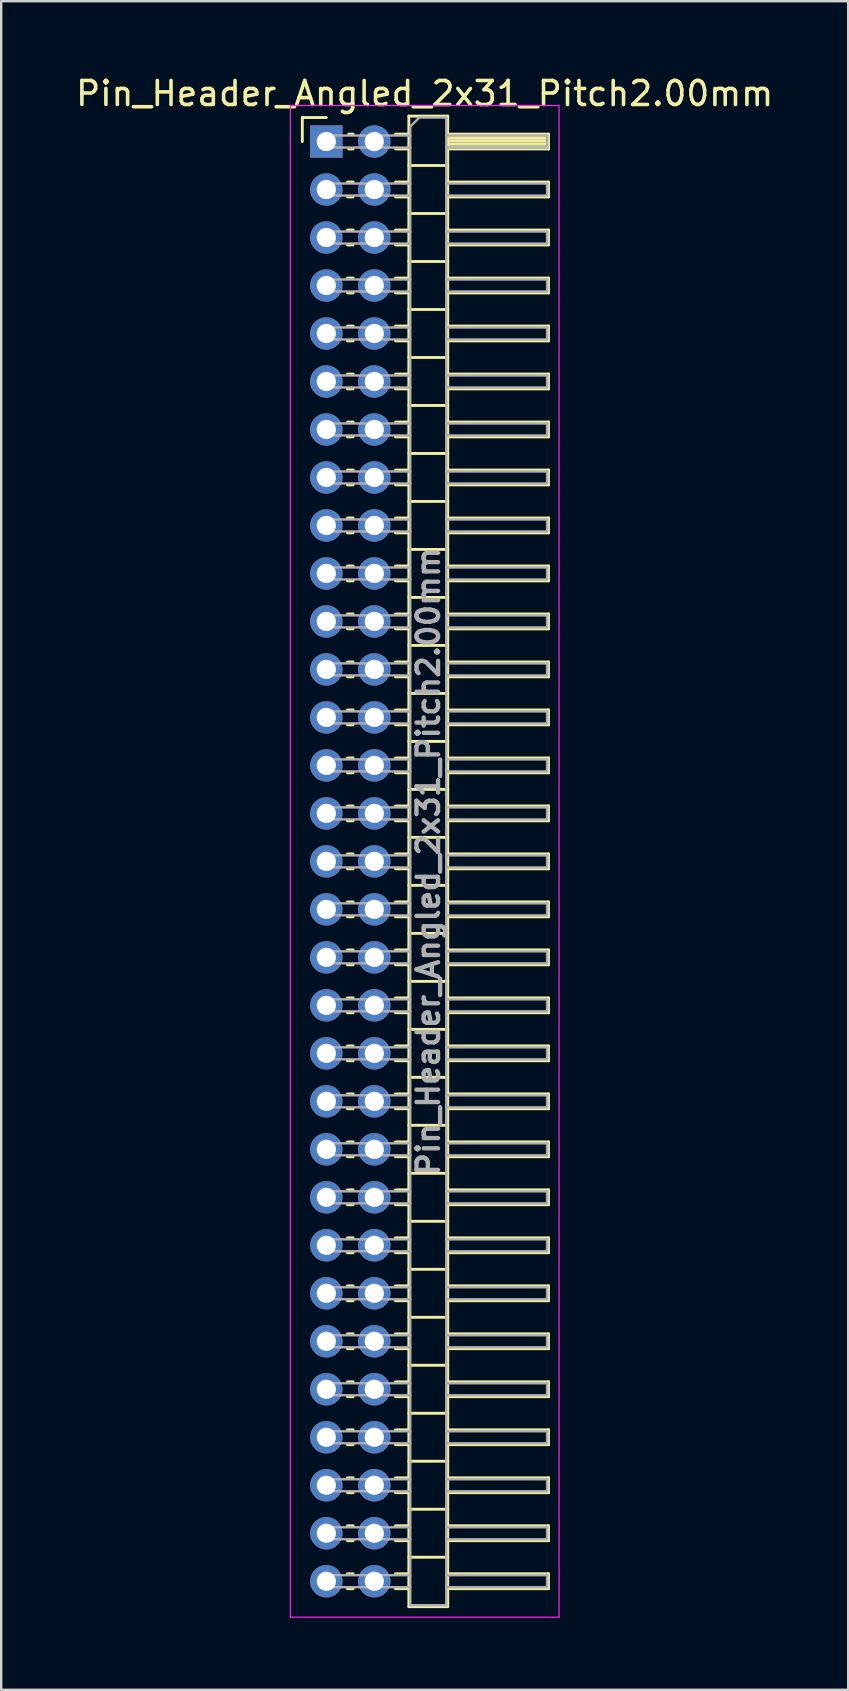
<source format=kicad_pcb>
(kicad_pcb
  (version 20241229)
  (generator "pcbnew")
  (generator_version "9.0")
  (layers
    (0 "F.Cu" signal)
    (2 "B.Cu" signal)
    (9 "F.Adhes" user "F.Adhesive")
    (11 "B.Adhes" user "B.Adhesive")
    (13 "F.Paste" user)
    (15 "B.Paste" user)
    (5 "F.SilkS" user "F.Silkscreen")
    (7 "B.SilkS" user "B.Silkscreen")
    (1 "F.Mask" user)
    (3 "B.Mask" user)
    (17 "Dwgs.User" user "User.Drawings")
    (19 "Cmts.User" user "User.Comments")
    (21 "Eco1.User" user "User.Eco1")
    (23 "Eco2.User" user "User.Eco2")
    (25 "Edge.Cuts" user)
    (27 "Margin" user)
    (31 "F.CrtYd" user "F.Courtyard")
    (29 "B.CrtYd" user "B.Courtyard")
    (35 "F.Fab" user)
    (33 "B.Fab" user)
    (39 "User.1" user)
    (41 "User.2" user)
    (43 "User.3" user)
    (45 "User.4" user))
  (footprint "Pin_Header_Angled_2x31_Pitch2.00mm"
    (layer "F.Cu")
    (at 10.549 2.848)
    (property "Reference" "Pin_Header_Angled_2x31_Pitch2.00mm" (at 4.1 -2 0) (layer "F.SilkS") (effects (font (size 1 1) (thickness 0.15))))
    (attr through_hole)
    (fp_line (start -1 -1) (end 0 -1) (stroke (width 0.12) (type solid)) (layer "F.SilkS"))
    (fp_line (start -1 0) (end -1 -1) (stroke (width 0.12) (type solid)) (layer "F.SilkS"))
    (fp_line (start 0.882 1.69) (end 1.118 1.69) (stroke (width 0.12) (type solid)) (layer "F.SilkS"))
    (fp_line (start 0.882 2.31) (end 1.118 2.31) (stroke (width 0.12) (type solid)) (layer "F.SilkS"))
    (fp_line (start 0.882 3.69) (end 1.118 3.69) (stroke (width 0.12) (type solid)) (layer "F.SilkS"))
    (fp_line (start 0.882 4.31) (end 1.118 4.31) (stroke (width 0.12) (type solid)) (layer "F.SilkS"))
    (fp_line (start 0.882 5.69) (end 1.118 5.69) (stroke (width 0.12) (type solid)) (layer "F.SilkS"))
    (fp_line (start 0.882 6.31) (end 1.118 6.31) (stroke (width 0.12) (type solid)) (layer "F.SilkS"))
    (fp_line (start 0.882 7.69) (end 1.118 7.69) (stroke (width 0.12) (type solid)) (layer "F.SilkS"))
    (fp_line (start 0.882 8.31) (end 1.118 8.31) (stroke (width 0.12) (type solid)) (layer "F.SilkS"))
    (fp_line (start 0.882 9.69) (end 1.118 9.69) (stroke (width 0.12) (type solid)) (layer "F.SilkS"))
    (fp_line (start 0.882 10.31) (end 1.118 10.31) (stroke (width 0.12) (type solid)) (layer "F.SilkS"))
    (fp_line (start 0.882 11.69) (end 1.118 11.69) (stroke (width 0.12) (type solid)) (layer "F.SilkS"))
    (fp_line (start 0.882 12.31) (end 1.118 12.31) (stroke (width 0.12) (type solid)) (layer "F.SilkS"))
    (fp_line (start 0.882 13.69) (end 1.118 13.69) (stroke (width 0.12) (type solid)) (layer "F.SilkS"))
    (fp_line (start 0.882 14.31) (end 1.118 14.31) (stroke (width 0.12) (type solid)) (layer "F.SilkS"))
    (fp_line (start 0.882 15.69) (end 1.118 15.69) (stroke (width 0.12) (type solid)) (layer "F.SilkS"))
    (fp_line (start 0.882 16.31) (end 1.118 16.31) (stroke (width 0.12) (type solid)) (layer "F.SilkS"))
    (fp_line (start 0.882 17.69) (end 1.118 17.69) (stroke (width 0.12) (type solid)) (layer "F.SilkS"))
    (fp_line (start 0.882 18.31) (end 1.118 18.31) (stroke (width 0.12) (type solid)) (layer "F.SilkS"))
    (fp_line (start 0.882 19.69) (end 1.118 19.69) (stroke (width 0.12) (type solid)) (layer "F.SilkS"))
    (fp_line (start 0.882 20.31) (end 1.118 20.31) (stroke (width 0.12) (type solid)) (layer "F.SilkS"))
    (fp_line (start 0.882 21.69) (end 1.118 21.69) (stroke (width 0.12) (type solid)) (layer "F.SilkS"))
    (fp_line (start 0.882 22.31) (end 1.118 22.31) (stroke (width 0.12) (type solid)) (layer "F.SilkS"))
    (fp_line (start 0.882 23.69) (end 1.118 23.69) (stroke (width 0.12) (type solid)) (layer "F.SilkS"))
    (fp_line (start 0.882 24.31) (end 1.118 24.31) (stroke (width 0.12) (type solid)) (layer "F.SilkS"))
    (fp_line (start 0.882 25.69) (end 1.118 25.69) (stroke (width 0.12) (type solid)) (layer "F.SilkS"))
    (fp_line (start 0.882 26.31) (end 1.118 26.31) (stroke (width 0.12) (type solid)) (layer "F.SilkS"))
    (fp_line (start 0.882 27.69) (end 1.118 27.69) (stroke (width 0.12) (type solid)) (layer "F.SilkS"))
    (fp_line (start 0.882 28.31) (end 1.118 28.31) (stroke (width 0.12) (type solid)) (layer "F.SilkS"))
    (fp_line (start 0.882 29.69) (end 1.118 29.69) (stroke (width 0.12) (type solid)) (layer "F.SilkS"))
    (fp_line (start 0.882 30.31) (end 1.118 30.31) (stroke (width 0.12) (type solid)) (layer "F.SilkS"))
    (fp_line (start 0.882 31.69) (end 1.118 31.69) (stroke (width 0.12) (type solid)) (layer "F.SilkS"))
    (fp_line (start 0.882 32.31) (end 1.118 32.31) (stroke (width 0.12) (type solid)) (layer "F.SilkS"))
    (fp_line (start 0.882 33.69) (end 1.118 33.69) (stroke (width 0.12) (type solid)) (layer "F.SilkS"))
    (fp_line (start 0.882 34.31) (end 1.118 34.31) (stroke (width 0.12) (type solid)) (layer "F.SilkS"))
    (fp_line (start 0.882 35.69) (end 1.118 35.69) (stroke (width 0.12) (type solid)) (layer "F.SilkS"))
    (fp_line (start 0.882 36.31) (end 1.118 36.31) (stroke (width 0.12) (type solid)) (layer "F.SilkS"))
    (fp_line (start 0.882 37.69) (end 1.118 37.69) (stroke (width 0.12) (type solid)) (layer "F.SilkS"))
    (fp_line (start 0.882 38.31) (end 1.118 38.31) (stroke (width 0.12) (type solid)) (layer "F.SilkS"))
    (fp_line (start 0.882 39.69) (end 1.118 39.69) (stroke (width 0.12) (type solid)) (layer "F.SilkS"))
    (fp_line (start 0.882 40.31) (end 1.118 40.31) (stroke (width 0.12) (type solid)) (layer "F.SilkS"))
    (fp_line (start 0.882 41.69) (end 1.118 41.69) (stroke (width 0.12) (type solid)) (layer "F.SilkS"))
    (fp_line (start 0.882 42.31) (end 1.118 42.31) (stroke (width 0.12) (type solid)) (layer "F.SilkS"))
    (fp_line (start 0.882 43.69) (end 1.118 43.69) (stroke (width 0.12) (type solid)) (layer "F.SilkS"))
    (fp_line (start 0.882 44.31) (end 1.118 44.31) (stroke (width 0.12) (type solid)) (layer "F.SilkS"))
    (fp_line (start 0.882 45.69) (end 1.118 45.69) (stroke (width 0.12) (type solid)) (layer "F.SilkS"))
    (fp_line (start 0.882 46.31) (end 1.118 46.31) (stroke (width 0.12) (type solid)) (layer "F.SilkS"))
    (fp_line (start 0.882 47.69) (end 1.118 47.69) (stroke (width 0.12) (type solid)) (layer "F.SilkS"))
    (fp_line (start 0.882 48.31) (end 1.118 48.31) (stroke (width 0.12) (type solid)) (layer "F.SilkS"))
    (fp_line (start 0.882 49.69) (end 1.118 49.69) (stroke (width 0.12) (type solid)) (layer "F.SilkS"))
    (fp_line (start 0.882 50.31) (end 1.118 50.31) (stroke (width 0.12) (type solid)) (layer "F.SilkS"))
    (fp_line (start 0.882 51.69) (end 1.118 51.69) (stroke (width 0.12) (type solid)) (layer "F.SilkS"))
    (fp_line (start 0.882 52.31) (end 1.118 52.31) (stroke (width 0.12) (type solid)) (layer "F.SilkS"))
    (fp_line (start 0.882 53.69) (end 1.118 53.69) (stroke (width 0.12) (type solid)) (layer "F.SilkS"))
    (fp_line (start 0.882 54.31) (end 1.118 54.31) (stroke (width 0.12) (type solid)) (layer "F.SilkS"))
    (fp_line (start 0.882 55.69) (end 1.118 55.69) (stroke (width 0.12) (type solid)) (layer "F.SilkS"))
    (fp_line (start 0.882 56.31) (end 1.118 56.31) (stroke (width 0.12) (type solid)) (layer "F.SilkS"))
    (fp_line (start 0.882 57.69) (end 1.118 57.69) (stroke (width 0.12) (type solid)) (layer "F.SilkS"))
    (fp_line (start 0.882 58.31) (end 1.118 58.31) (stroke (width 0.12) (type solid)) (layer "F.SilkS"))
    (fp_line (start 0.882 59.69) (end 1.118 59.69) (stroke (width 0.12) (type solid)) (layer "F.SilkS"))
    (fp_line (start 0.882 60.31) (end 1.118 60.31) (stroke (width 0.12) (type solid)) (layer "F.SilkS"))
    (fp_line (start 0.935 -0.31) (end 1.118 -0.31) (stroke (width 0.12) (type solid)) (layer "F.SilkS"))
    (fp_line (start 0.935 0.31) (end 1.118 0.31) (stroke (width 0.12) (type solid)) (layer "F.SilkS"))
    (fp_line (start 2.882 -0.31) (end 3.44 -0.31) (stroke (width 0.12) (type solid)) (layer "F.SilkS"))
    (fp_line (start 2.882 0.31) (end 3.44 0.31) (stroke (width 0.12) (type solid)) (layer "F.SilkS"))
    (fp_line (start 2.882 1.69) (end 3.44 1.69) (stroke (width 0.12) (type solid)) (layer "F.SilkS"))
    (fp_line (start 2.882 2.31) (end 3.44 2.31) (stroke (width 0.12) (type solid)) (layer "F.SilkS"))
    (fp_line (start 2.882 3.69) (end 3.44 3.69) (stroke (width 0.12) (type solid)) (layer "F.SilkS"))
    (fp_line (start 2.882 4.31) (end 3.44 4.31) (stroke (width 0.12) (type solid)) (layer "F.SilkS"))
    (fp_line (start 2.882 5.69) (end 3.44 5.69) (stroke (width 0.12) (type solid)) (layer "F.SilkS"))
    (fp_line (start 2.882 6.31) (end 3.44 6.31) (stroke (width 0.12) (type solid)) (layer "F.SilkS"))
    (fp_line (start 2.882 7.69) (end 3.44 7.69) (stroke (width 0.12) (type solid)) (layer "F.SilkS"))
    (fp_line (start 2.882 8.31) (end 3.44 8.31) (stroke (width 0.12) (type solid)) (layer "F.SilkS"))
    (fp_line (start 2.882 9.69) (end 3.44 9.69) (stroke (width 0.12) (type solid)) (layer "F.SilkS"))
    (fp_line (start 2.882 10.31) (end 3.44 10.31) (stroke (width 0.12) (type solid)) (layer "F.SilkS"))
    (fp_line (start 2.882 11.69) (end 3.44 11.69) (stroke (width 0.12) (type solid)) (layer "F.SilkS"))
    (fp_line (start 2.882 12.31) (end 3.44 12.31) (stroke (width 0.12) (type solid)) (layer "F.SilkS"))
    (fp_line (start 2.882 13.69) (end 3.44 13.69) (stroke (width 0.12) (type solid)) (layer "F.SilkS"))
    (fp_line (start 2.882 14.31) (end 3.44 14.31) (stroke (width 0.12) (type solid)) (layer "F.SilkS"))
    (fp_line (start 2.882 15.69) (end 3.44 15.69) (stroke (width 0.12) (type solid)) (layer "F.SilkS"))
    (fp_line (start 2.882 16.31) (end 3.44 16.31) (stroke (width 0.12) (type solid)) (layer "F.SilkS"))
    (fp_line (start 2.882 17.69) (end 3.44 17.69) (stroke (width 0.12) (type solid)) (layer "F.SilkS"))
    (fp_line (start 2.882 18.31) (end 3.44 18.31) (stroke (width 0.12) (type solid)) (layer "F.SilkS"))
    (fp_line (start 2.882 19.69) (end 3.44 19.69) (stroke (width 0.12) (type solid)) (layer "F.SilkS"))
    (fp_line (start 2.882 20.31) (end 3.44 20.31) (stroke (width 0.12) (type solid)) (layer "F.SilkS"))
    (fp_line (start 2.882 21.69) (end 3.44 21.69) (stroke (width 0.12) (type solid)) (layer "F.SilkS"))
    (fp_line (start 2.882 22.31) (end 3.44 22.31) (stroke (width 0.12) (type solid)) (layer "F.SilkS"))
    (fp_line (start 2.882 23.69) (end 3.44 23.69) (stroke (width 0.12) (type solid)) (layer "F.SilkS"))
    (fp_line (start 2.882 24.31) (end 3.44 24.31) (stroke (width 0.12) (type solid)) (layer "F.SilkS"))
    (fp_line (start 2.882 25.69) (end 3.44 25.69) (stroke (width 0.12) (type solid)) (layer "F.SilkS"))
    (fp_line (start 2.882 26.31) (end 3.44 26.31) (stroke (width 0.12) (type solid)) (layer "F.SilkS"))
    (fp_line (start 2.882 27.69) (end 3.44 27.69) (stroke (width 0.12) (type solid)) (layer "F.SilkS"))
    (fp_line (start 2.882 28.31) (end 3.44 28.31) (stroke (width 0.12) (type solid)) (layer "F.SilkS"))
    (fp_line (start 2.882 29.69) (end 3.44 29.69) (stroke (width 0.12) (type solid)) (layer "F.SilkS"))
    (fp_line (start 2.882 30.31) (end 3.44 30.31) (stroke (width 0.12) (type solid)) (layer "F.SilkS"))
    (fp_line (start 2.882 31.69) (end 3.44 31.69) (stroke (width 0.12) (type solid)) (layer "F.SilkS"))
    (fp_line (start 2.882 32.31) (end 3.44 32.31) (stroke (width 0.12) (type solid)) (layer "F.SilkS"))
    (fp_line (start 2.882 33.69) (end 3.44 33.69) (stroke (width 0.12) (type solid)) (layer "F.SilkS"))
    (fp_line (start 2.882 34.31) (end 3.44 34.31) (stroke (width 0.12) (type solid)) (layer "F.SilkS"))
    (fp_line (start 2.882 35.69) (end 3.44 35.69) (stroke (width 0.12) (type solid)) (layer "F.SilkS"))
    (fp_line (start 2.882 36.31) (end 3.44 36.31) (stroke (width 0.12) (type solid)) (layer "F.SilkS"))
    (fp_line (start 2.882 37.69) (end 3.44 37.69) (stroke (width 0.12) (type solid)) (layer "F.SilkS"))
    (fp_line (start 2.882 38.31) (end 3.44 38.31) (stroke (width 0.12) (type solid)) (layer "F.SilkS"))
    (fp_line (start 2.882 39.69) (end 3.44 39.69) (stroke (width 0.12) (type solid)) (layer "F.SilkS"))
    (fp_line (start 2.882 40.31) (end 3.44 40.31) (stroke (width 0.12) (type solid)) (layer "F.SilkS"))
    (fp_line (start 2.882 41.69) (end 3.44 41.69) (stroke (width 0.12) (type solid)) (layer "F.SilkS"))
    (fp_line (start 2.882 42.31) (end 3.44 42.31) (stroke (width 0.12) (type solid)) (layer "F.SilkS"))
    (fp_line (start 2.882 43.69) (end 3.44 43.69) (stroke (width 0.12) (type solid)) (layer "F.SilkS"))
    (fp_line (start 2.882 44.31) (end 3.44 44.31) (stroke (width 0.12) (type solid)) (layer "F.SilkS"))
    (fp_line (start 2.882 45.69) (end 3.44 45.69) (stroke (width 0.12) (type solid)) (layer "F.SilkS"))
    (fp_line (start 2.882 46.31) (end 3.44 46.31) (stroke (width 0.12) (type solid)) (layer "F.SilkS"))
    (fp_line (start 2.882 47.69) (end 3.44 47.69) (stroke (width 0.12) (type solid)) (layer "F.SilkS"))
    (fp_line (start 2.882 48.31) (end 3.44 48.31) (stroke (width 0.12) (type solid)) (layer "F.SilkS"))
    (fp_line (start 2.882 49.69) (end 3.44 49.69) (stroke (width 0.12) (type solid)) (layer "F.SilkS"))
    (fp_line (start 2.882 50.31) (end 3.44 50.31) (stroke (width 0.12) (type solid)) (layer "F.SilkS"))
    (fp_line (start 2.882 51.69) (end 3.44 51.69) (stroke (width 0.12) (type solid)) (layer "F.SilkS"))
    (fp_line (start 2.882 52.31) (end 3.44 52.31) (stroke (width 0.12) (type solid)) (layer "F.SilkS"))
    (fp_line (start 2.882 53.69) (end 3.44 53.69) (stroke (width 0.12) (type solid)) (layer "F.SilkS"))
    (fp_line (start 2.882 54.31) (end 3.44 54.31) (stroke (width 0.12) (type solid)) (layer "F.SilkS"))
    (fp_line (start 2.882 55.69) (end 3.44 55.69) (stroke (width 0.12) (type solid)) (layer "F.SilkS"))
    (fp_line (start 2.882 56.31) (end 3.44 56.31) (stroke (width 0.12) (type solid)) (layer "F.SilkS"))
    (fp_line (start 2.882 57.69) (end 3.44 57.69) (stroke (width 0.12) (type solid)) (layer "F.SilkS"))
    (fp_line (start 2.882 58.31) (end 3.44 58.31) (stroke (width 0.12) (type solid)) (layer "F.SilkS"))
    (fp_line (start 2.882 59.69) (end 3.44 59.69) (stroke (width 0.12) (type solid)) (layer "F.SilkS"))
    (fp_line (start 2.882 60.31) (end 3.44 60.31) (stroke (width 0.12) (type solid)) (layer "F.SilkS"))
    (fp_line (start 3.44 -1.06) (end 3.44 61.06) (stroke (width 0.12) (type solid)) (layer "F.SilkS"))
    (fp_line (start 3.44 1) (end 5.06 1) (stroke (width 0.12) (type solid)) (layer "F.SilkS"))
    (fp_line (start 3.44 3) (end 5.06 3) (stroke (width 0.12) (type solid)) (layer "F.SilkS"))
    (fp_line (start 3.44 5) (end 5.06 5) (stroke (width 0.12) (type solid)) (layer "F.SilkS"))
    (fp_line (start 3.44 7) (end 5.06 7) (stroke (width 0.12) (type solid)) (layer "F.SilkS"))
    (fp_line (start 3.44 9) (end 5.06 9) (stroke (width 0.12) (type solid)) (layer "F.SilkS"))
    (fp_line (start 3.44 11) (end 5.06 11) (stroke (width 0.12) (type solid)) (layer "F.SilkS"))
    (fp_line (start 3.44 13) (end 5.06 13) (stroke (width 0.12) (type solid)) (layer "F.SilkS"))
    (fp_line (start 3.44 15) (end 5.06 15) (stroke (width 0.12) (type solid)) (layer "F.SilkS"))
    (fp_line (start 3.44 17) (end 5.06 17) (stroke (width 0.12) (type solid)) (layer "F.SilkS"))
    (fp_line (start 3.44 19) (end 5.06 19) (stroke (width 0.12) (type solid)) (layer "F.SilkS"))
    (fp_line (start 3.44 21) (end 5.06 21) (stroke (width 0.12) (type solid)) (layer "F.SilkS"))
    (fp_line (start 3.44 23) (end 5.06 23) (stroke (width 0.12) (type solid)) (layer "F.SilkS"))
    (fp_line (start 3.44 25) (end 5.06 25) (stroke (width 0.12) (type solid)) (layer "F.SilkS"))
    (fp_line (start 3.44 27) (end 5.06 27) (stroke (width 0.12) (type solid)) (layer "F.SilkS"))
    (fp_line (start 3.44 29) (end 5.06 29) (stroke (width 0.12) (type solid)) (layer "F.SilkS"))
    (fp_line (start 3.44 31) (end 5.06 31) (stroke (width 0.12) (type solid)) (layer "F.SilkS"))
    (fp_line (start 3.44 33) (end 5.06 33) (stroke (width 0.12) (type solid)) (layer "F.SilkS"))
    (fp_line (start 3.44 35) (end 5.06 35) (stroke (width 0.12) (type solid)) (layer "F.SilkS"))
    (fp_line (start 3.44 37) (end 5.06 37) (stroke (width 0.12) (type solid)) (layer "F.SilkS"))
    (fp_line (start 3.44 39) (end 5.06 39) (stroke (width 0.12) (type solid)) (layer "F.SilkS"))
    (fp_line (start 3.44 41) (end 5.06 41) (stroke (width 0.12) (type solid)) (layer "F.SilkS"))
    (fp_line (start 3.44 43) (end 5.06 43) (stroke (width 0.12) (type solid)) (layer "F.SilkS"))
    (fp_line (start 3.44 45) (end 5.06 45) (stroke (width 0.12) (type solid)) (layer "F.SilkS"))
    (fp_line (start 3.44 47) (end 5.06 47) (stroke (width 0.12) (type solid)) (layer "F.SilkS"))
    (fp_line (start 3.44 49) (end 5.06 49) (stroke (width 0.12) (type solid)) (layer "F.SilkS"))
    (fp_line (start 3.44 51) (end 5.06 51) (stroke (width 0.12) (type solid)) (layer "F.SilkS"))
    (fp_line (start 3.44 53) (end 5.06 53) (stroke (width 0.12) (type solid)) (layer "F.SilkS"))
    (fp_line (start 3.44 55) (end 5.06 55) (stroke (width 0.12) (type solid)) (layer "F.SilkS"))
    (fp_line (start 3.44 57) (end 5.06 57) (stroke (width 0.12) (type solid)) (layer "F.SilkS"))
    (fp_line (start 3.44 59) (end 5.06 59) (stroke (width 0.12) (type solid)) (layer "F.SilkS"))
    (fp_line (start 3.44 61.06) (end 5.06 61.06) (stroke (width 0.12) (type solid)) (layer "F.SilkS"))
    (fp_line (start 5.06 -1.06) (end 3.44 -1.06) (stroke (width 0.12) (type solid)) (layer "F.SilkS"))
    (fp_line (start 5.06 -0.31) (end 9.26 -0.31) (stroke (width 0.12) (type solid)) (layer "F.SilkS"))
    (fp_line (start 5.06 -0.25) (end 9.26 -0.25) (stroke (width 0.12) (type solid)) (layer "F.SilkS"))
    (fp_line (start 5.06 -0.13) (end 9.26 -0.13) (stroke (width 0.12) (type solid)) (layer "F.SilkS"))
    (fp_line (start 5.06 -0.01) (end 9.26 -0.01) (stroke (width 0.12) (type solid)) (layer "F.SilkS"))
    (fp_line (start 5.06 0.11) (end 9.26 0.11) (stroke (width 0.12) (type solid)) (layer "F.SilkS"))
    (fp_line (start 5.06 0.23) (end 9.26 0.23) (stroke (width 0.12) (type solid)) (layer "F.SilkS"))
    (fp_line (start 5.06 1.69) (end 9.26 1.69) (stroke (width 0.12) (type solid)) (layer "F.SilkS"))
    (fp_line (start 5.06 3.69) (end 9.26 3.69) (stroke (width 0.12) (type solid)) (layer "F.SilkS"))
    (fp_line (start 5.06 5.69) (end 9.26 5.69) (stroke (width 0.12) (type solid)) (layer "F.SilkS"))
    (fp_line (start 5.06 7.69) (end 9.26 7.69) (stroke (width 0.12) (type solid)) (layer "F.SilkS"))
    (fp_line (start 5.06 9.69) (end 9.26 9.69) (stroke (width 0.12) (type solid)) (layer "F.SilkS"))
    (fp_line (start 5.06 11.69) (end 9.26 11.69) (stroke (width 0.12) (type solid)) (layer "F.SilkS"))
    (fp_line (start 5.06 13.69) (end 9.26 13.69) (stroke (width 0.12) (type solid)) (layer "F.SilkS"))
    (fp_line (start 5.06 15.69) (end 9.26 15.69) (stroke (width 0.12) (type solid)) (layer "F.SilkS"))
    (fp_line (start 5.06 17.69) (end 9.26 17.69) (stroke (width 0.12) (type solid)) (layer "F.SilkS"))
    (fp_line (start 5.06 19.69) (end 9.26 19.69) (stroke (width 0.12) (type solid)) (layer "F.SilkS"))
    (fp_line (start 5.06 21.69) (end 9.26 21.69) (stroke (width 0.12) (type solid)) (layer "F.SilkS"))
    (fp_line (start 5.06 23.69) (end 9.26 23.69) (stroke (width 0.12) (type solid)) (layer "F.SilkS"))
    (fp_line (start 5.06 25.69) (end 9.26 25.69) (stroke (width 0.12) (type solid)) (layer "F.SilkS"))
    (fp_line (start 5.06 27.69) (end 9.26 27.69) (stroke (width 0.12) (type solid)) (layer "F.SilkS"))
    (fp_line (start 5.06 29.69) (end 9.26 29.69) (stroke (width 0.12) (type solid)) (layer "F.SilkS"))
    (fp_line (start 5.06 31.69) (end 9.26 31.69) (stroke (width 0.12) (type solid)) (layer "F.SilkS"))
    (fp_line (start 5.06 33.69) (end 9.26 33.69) (stroke (width 0.12) (type solid)) (layer "F.SilkS"))
    (fp_line (start 5.06 35.69) (end 9.26 35.69) (stroke (width 0.12) (type solid)) (layer "F.SilkS"))
    (fp_line (start 5.06 37.69) (end 9.26 37.69) (stroke (width 0.12) (type solid)) (layer "F.SilkS"))
    (fp_line (start 5.06 39.69) (end 9.26 39.69) (stroke (width 0.12) (type solid)) (layer "F.SilkS"))
    (fp_line (start 5.06 41.69) (end 9.26 41.69) (stroke (width 0.12) (type solid)) (layer "F.SilkS"))
    (fp_line (start 5.06 43.69) (end 9.26 43.69) (stroke (width 0.12) (type solid)) (layer "F.SilkS"))
    (fp_line (start 5.06 45.69) (end 9.26 45.69) (stroke (width 0.12) (type solid)) (layer "F.SilkS"))
    (fp_line (start 5.06 47.69) (end 9.26 47.69) (stroke (width 0.12) (type solid)) (layer "F.SilkS"))
    (fp_line (start 5.06 49.69) (end 9.26 49.69) (stroke (width 0.12) (type solid)) (layer "F.SilkS"))
    (fp_line (start 5.06 51.69) (end 9.26 51.69) (stroke (width 0.12) (type solid)) (layer "F.SilkS"))
    (fp_line (start 5.06 53.69) (end 9.26 53.69) (stroke (width 0.12) (type solid)) (layer "F.SilkS"))
    (fp_line (start 5.06 55.69) (end 9.26 55.69) (stroke (width 0.12) (type solid)) (layer "F.SilkS"))
    (fp_line (start 5.06 57.69) (end 9.26 57.69) (stroke (width 0.12) (type solid)) (layer "F.SilkS"))
    (fp_line (start 5.06 59.69) (end 9.26 59.69) (stroke (width 0.12) (type solid)) (layer "F.SilkS"))
    (fp_line (start 5.06 61.06) (end 5.06 -1.06) (stroke (width 0.12) (type solid)) (layer "F.SilkS"))
    (fp_line (start 9.26 -0.31) (end 9.26 0.31) (stroke (width 0.12) (type solid)) (layer "F.SilkS"))
    (fp_line (start 9.26 0.31) (end 5.06 0.31) (stroke (width 0.12) (type solid)) (layer "F.SilkS"))
    (fp_line (start 9.26 1.69) (end 9.26 2.31) (stroke (width 0.12) (type solid)) (layer "F.SilkS"))
    (fp_line (start 9.26 2.31) (end 5.06 2.31) (stroke (width 0.12) (type solid)) (layer "F.SilkS"))
    (fp_line (start 9.26 3.69) (end 9.26 4.31) (stroke (width 0.12) (type solid)) (layer "F.SilkS"))
    (fp_line (start 9.26 4.31) (end 5.06 4.31) (stroke (width 0.12) (type solid)) (layer "F.SilkS"))
    (fp_line (start 9.26 5.69) (end 9.26 6.31) (stroke (width 0.12) (type solid)) (layer "F.SilkS"))
    (fp_line (start 9.26 6.31) (end 5.06 6.31) (stroke (width 0.12) (type solid)) (layer "F.SilkS"))
    (fp_line (start 9.26 7.69) (end 9.26 8.31) (stroke (width 0.12) (type solid)) (layer "F.SilkS"))
    (fp_line (start 9.26 8.31) (end 5.06 8.31) (stroke (width 0.12) (type solid)) (layer "F.SilkS"))
    (fp_line (start 9.26 9.69) (end 9.26 10.31) (stroke (width 0.12) (type solid)) (layer "F.SilkS"))
    (fp_line (start 9.26 10.31) (end 5.06 10.31) (stroke (width 0.12) (type solid)) (layer "F.SilkS"))
    (fp_line (start 9.26 11.69) (end 9.26 12.31) (stroke (width 0.12) (type solid)) (layer "F.SilkS"))
    (fp_line (start 9.26 12.31) (end 5.06 12.31) (stroke (width 0.12) (type solid)) (layer "F.SilkS"))
    (fp_line (start 9.26 13.69) (end 9.26 14.31) (stroke (width 0.12) (type solid)) (layer "F.SilkS"))
    (fp_line (start 9.26 14.31) (end 5.06 14.31) (stroke (width 0.12) (type solid)) (layer "F.SilkS"))
    (fp_line (start 9.26 15.69) (end 9.26 16.31) (stroke (width 0.12) (type solid)) (layer "F.SilkS"))
    (fp_line (start 9.26 16.31) (end 5.06 16.31) (stroke (width 0.12) (type solid)) (layer "F.SilkS"))
    (fp_line (start 9.26 17.69) (end 9.26 18.31) (stroke (width 0.12) (type solid)) (layer "F.SilkS"))
    (fp_line (start 9.26 18.31) (end 5.06 18.31) (stroke (width 0.12) (type solid)) (layer "F.SilkS"))
    (fp_line (start 9.26 19.69) (end 9.26 20.31) (stroke (width 0.12) (type solid)) (layer "F.SilkS"))
    (fp_line (start 9.26 20.31) (end 5.06 20.31) (stroke (width 0.12) (type solid)) (layer "F.SilkS"))
    (fp_line (start 9.26 21.69) (end 9.26 22.31) (stroke (width 0.12) (type solid)) (layer "F.SilkS"))
    (fp_line (start 9.26 22.31) (end 5.06 22.31) (stroke (width 0.12) (type solid)) (layer "F.SilkS"))
    (fp_line (start 9.26 23.69) (end 9.26 24.31) (stroke (width 0.12) (type solid)) (layer "F.SilkS"))
    (fp_line (start 9.26 24.31) (end 5.06 24.31) (stroke (width 0.12) (type solid)) (layer "F.SilkS"))
    (fp_line (start 9.26 25.69) (end 9.26 26.31) (stroke (width 0.12) (type solid)) (layer "F.SilkS"))
    (fp_line (start 9.26 26.31) (end 5.06 26.31) (stroke (width 0.12) (type solid)) (layer "F.SilkS"))
    (fp_line (start 9.26 27.69) (end 9.26 28.31) (stroke (width 0.12) (type solid)) (layer "F.SilkS"))
    (fp_line (start 9.26 28.31) (end 5.06 28.31) (stroke (width 0.12) (type solid)) (layer "F.SilkS"))
    (fp_line (start 9.26 29.69) (end 9.26 30.31) (stroke (width 0.12) (type solid)) (layer "F.SilkS"))
    (fp_line (start 9.26 30.31) (end 5.06 30.31) (stroke (width 0.12) (type solid)) (layer "F.SilkS"))
    (fp_line (start 9.26 31.69) (end 9.26 32.31) (stroke (width 0.12) (type solid)) (layer "F.SilkS"))
    (fp_line (start 9.26 32.31) (end 5.06 32.31) (stroke (width 0.12) (type solid)) (layer "F.SilkS"))
    (fp_line (start 9.26 33.69) (end 9.26 34.31) (stroke (width 0.12) (type solid)) (layer "F.SilkS"))
    (fp_line (start 9.26 34.31) (end 5.06 34.31) (stroke (width 0.12) (type solid)) (layer "F.SilkS"))
    (fp_line (start 9.26 35.69) (end 9.26 36.31) (stroke (width 0.12) (type solid)) (layer "F.SilkS"))
    (fp_line (start 9.26 36.31) (end 5.06 36.31) (stroke (width 0.12) (type solid)) (layer "F.SilkS"))
    (fp_line (start 9.26 37.69) (end 9.26 38.31) (stroke (width 0.12) (type solid)) (layer "F.SilkS"))
    (fp_line (start 9.26 38.31) (end 5.06 38.31) (stroke (width 0.12) (type solid)) (layer "F.SilkS"))
    (fp_line (start 9.26 39.69) (end 9.26 40.31) (stroke (width 0.12) (type solid)) (layer "F.SilkS"))
    (fp_line (start 9.26 40.31) (end 5.06 40.31) (stroke (width 0.12) (type solid)) (layer "F.SilkS"))
    (fp_line (start 9.26 41.69) (end 9.26 42.31) (stroke (width 0.12) (type solid)) (layer "F.SilkS"))
    (fp_line (start 9.26 42.31) (end 5.06 42.31) (stroke (width 0.12) (type solid)) (layer "F.SilkS"))
    (fp_line (start 9.26 43.69) (end 9.26 44.31) (stroke (width 0.12) (type solid)) (layer "F.SilkS"))
    (fp_line (start 9.26 44.31) (end 5.06 44.31) (stroke (width 0.12) (type solid)) (layer "F.SilkS"))
    (fp_line (start 9.26 45.69) (end 9.26 46.31) (stroke (width 0.12) (type solid)) (layer "F.SilkS"))
    (fp_line (start 9.26 46.31) (end 5.06 46.31) (stroke (width 0.12) (type solid)) (layer "F.SilkS"))
    (fp_line (start 9.26 47.69) (end 9.26 48.31) (stroke (width 0.12) (type solid)) (layer "F.SilkS"))
    (fp_line (start 9.26 48.31) (end 5.06 48.31) (stroke (width 0.12) (type solid)) (layer "F.SilkS"))
    (fp_line (start 9.26 49.69) (end 9.26 50.31) (stroke (width 0.12) (type solid)) (layer "F.SilkS"))
    (fp_line (start 9.26 50.31) (end 5.06 50.31) (stroke (width 0.12) (type solid)) (layer "F.SilkS"))
    (fp_line (start 9.26 51.69) (end 9.26 52.31) (stroke (width 0.12) (type solid)) (layer "F.SilkS"))
    (fp_line (start 9.26 52.31) (end 5.06 52.31) (stroke (width 0.12) (type solid)) (layer "F.SilkS"))
    (fp_line (start 9.26 53.69) (end 9.26 54.31) (stroke (width 0.12) (type solid)) (layer "F.SilkS"))
    (fp_line (start 9.26 54.31) (end 5.06 54.31) (stroke (width 0.12) (type solid)) (layer "F.SilkS"))
    (fp_line (start 9.26 55.69) (end 9.26 56.31) (stroke (width 0.12) (type solid)) (layer "F.SilkS"))
    (fp_line (start 9.26 56.31) (end 5.06 56.31) (stroke (width 0.12) (type solid)) (layer "F.SilkS"))
    (fp_line (start 9.26 57.69) (end 9.26 58.31) (stroke (width 0.12) (type solid)) (layer "F.SilkS"))
    (fp_line (start 9.26 58.31) (end 5.06 58.31) (stroke (width 0.12) (type solid)) (layer "F.SilkS"))
    (fp_line (start 9.26 59.69) (end 9.26 60.31) (stroke (width 0.12) (type solid)) (layer "F.SilkS"))
    (fp_line (start 9.26 60.31) (end 5.06 60.31) (stroke (width 0.12) (type solid)) (layer "F.SilkS"))
    (fp_line (start -1.5 -1.5) (end -1.5 61.5) (stroke (width 0.05) (type solid)) (layer "F.CrtYd"))
    (fp_line (start -1.5 61.5) (end 9.7 61.5) (stroke (width 0.05) (type solid)) (layer "F.CrtYd"))
    (fp_line (start 9.7 -1.5) (end -1.5 -1.5) (stroke (width 0.05) (type solid)) (layer "F.CrtYd"))
    (fp_line (start 9.7 61.5) (end 9.7 -1.5) (stroke (width 0.05) (type solid)) (layer "F.CrtYd"))
    (fp_line (start -0.25 -0.25) (end -0.25 0.25) (stroke (width 0.1) (type solid)) (layer "F.Fab"))
    (fp_line (start -0.25 -0.25) (end 3.5 -0.25) (stroke (width 0.1) (type solid)) (layer "F.Fab"))
    (fp_line (start -0.25 0.25) (end 3.5 0.25) (stroke (width 0.1) (type solid)) (layer "F.Fab"))
    (fp_line (start -0.25 1.75) (end -0.25 2.25) (stroke (width 0.1) (type solid)) (layer "F.Fab"))
    (fp_line (start -0.25 1.75) (end 3.5 1.75) (stroke (width 0.1) (type solid)) (layer "F.Fab"))
    (fp_line (start -0.25 2.25) (end 3.5 2.25) (stroke (width 0.1) (type solid)) (layer "F.Fab"))
    (fp_line (start -0.25 3.75) (end -0.25 4.25) (stroke (width 0.1) (type solid)) (layer "F.Fab"))
    (fp_line (start -0.25 3.75) (end 3.5 3.75) (stroke (width 0.1) (type solid)) (layer "F.Fab"))
    (fp_line (start -0.25 4.25) (end 3.5 4.25) (stroke (width 0.1) (type solid)) (layer "F.Fab"))
    (fp_line (start -0.25 5.75) (end -0.25 6.25) (stroke (width 0.1) (type solid)) (layer "F.Fab"))
    (fp_line (start -0.25 5.75) (end 3.5 5.75) (stroke (width 0.1) (type solid)) (layer "F.Fab"))
    (fp_line (start -0.25 6.25) (end 3.5 6.25) (stroke (width 0.1) (type solid)) (layer "F.Fab"))
    (fp_line (start -0.25 7.75) (end -0.25 8.25) (stroke (width 0.1) (type solid)) (layer "F.Fab"))
    (fp_line (start -0.25 7.75) (end 3.5 7.75) (stroke (width 0.1) (type solid)) (layer "F.Fab"))
    (fp_line (start -0.25 8.25) (end 3.5 8.25) (stroke (width 0.1) (type solid)) (layer "F.Fab"))
    (fp_line (start -0.25 9.75) (end -0.25 10.25) (stroke (width 0.1) (type solid)) (layer "F.Fab"))
    (fp_line (start -0.25 9.75) (end 3.5 9.75) (stroke (width 0.1) (type solid)) (layer "F.Fab"))
    (fp_line (start -0.25 10.25) (end 3.5 10.25) (stroke (width 0.1) (type solid)) (layer "F.Fab"))
    (fp_line (start -0.25 11.75) (end -0.25 12.25) (stroke (width 0.1) (type solid)) (layer "F.Fab"))
    (fp_line (start -0.25 11.75) (end 3.5 11.75) (stroke (width 0.1) (type solid)) (layer "F.Fab"))
    (fp_line (start -0.25 12.25) (end 3.5 12.25) (stroke (width 0.1) (type solid)) (layer "F.Fab"))
    (fp_line (start -0.25 13.75) (end -0.25 14.25) (stroke (width 0.1) (type solid)) (layer "F.Fab"))
    (fp_line (start -0.25 13.75) (end 3.5 13.75) (stroke (width 0.1) (type solid)) (layer "F.Fab"))
    (fp_line (start -0.25 14.25) (end 3.5 14.25) (stroke (width 0.1) (type solid)) (layer "F.Fab"))
    (fp_line (start -0.25 15.75) (end -0.25 16.25) (stroke (width 0.1) (type solid)) (layer "F.Fab"))
    (fp_line (start -0.25 15.75) (end 3.5 15.75) (stroke (width 0.1) (type solid)) (layer "F.Fab"))
    (fp_line (start -0.25 16.25) (end 3.5 16.25) (stroke (width 0.1) (type solid)) (layer "F.Fab"))
    (fp_line (start -0.25 17.75) (end -0.25 18.25) (stroke (width 0.1) (type solid)) (layer "F.Fab"))
    (fp_line (start -0.25 17.75) (end 3.5 17.75) (stroke (width 0.1) (type solid)) (layer "F.Fab"))
    (fp_line (start -0.25 18.25) (end 3.5 18.25) (stroke (width 0.1) (type solid)) (layer "F.Fab"))
    (fp_line (start -0.25 19.75) (end -0.25 20.25) (stroke (width 0.1) (type solid)) (layer "F.Fab"))
    (fp_line (start -0.25 19.75) (end 3.5 19.75) (stroke (width 0.1) (type solid)) (layer "F.Fab"))
    (fp_line (start -0.25 20.25) (end 3.5 20.25) (stroke (width 0.1) (type solid)) (layer "F.Fab"))
    (fp_line (start -0.25 21.75) (end -0.25 22.25) (stroke (width 0.1) (type solid)) (layer "F.Fab"))
    (fp_line (start -0.25 21.75) (end 3.5 21.75) (stroke (width 0.1) (type solid)) (layer "F.Fab"))
    (fp_line (start -0.25 22.25) (end 3.5 22.25) (stroke (width 0.1) (type solid)) (layer "F.Fab"))
    (fp_line (start -0.25 23.75) (end -0.25 24.25) (stroke (width 0.1) (type solid)) (layer "F.Fab"))
    (fp_line (start -0.25 23.75) (end 3.5 23.75) (stroke (width 0.1) (type solid)) (layer "F.Fab"))
    (fp_line (start -0.25 24.25) (end 3.5 24.25) (stroke (width 0.1) (type solid)) (layer "F.Fab"))
    (fp_line (start -0.25 25.75) (end -0.25 26.25) (stroke (width 0.1) (type solid)) (layer "F.Fab"))
    (fp_line (start -0.25 25.75) (end 3.5 25.75) (stroke (width 0.1) (type solid)) (layer "F.Fab"))
    (fp_line (start -0.25 26.25) (end 3.5 26.25) (stroke (width 0.1) (type solid)) (layer "F.Fab"))
    (fp_line (start -0.25 27.75) (end -0.25 28.25) (stroke (width 0.1) (type solid)) (layer "F.Fab"))
    (fp_line (start -0.25 27.75) (end 3.5 27.75) (stroke (width 0.1) (type solid)) (layer "F.Fab"))
    (fp_line (start -0.25 28.25) (end 3.5 28.25) (stroke (width 0.1) (type solid)) (layer "F.Fab"))
    (fp_line (start -0.25 29.75) (end -0.25 30.25) (stroke (width 0.1) (type solid)) (layer "F.Fab"))
    (fp_line (start -0.25 29.75) (end 3.5 29.75) (stroke (width 0.1) (type solid)) (layer "F.Fab"))
    (fp_line (start -0.25 30.25) (end 3.5 30.25) (stroke (width 0.1) (type solid)) (layer "F.Fab"))
    (fp_line (start -0.25 31.75) (end -0.25 32.25) (stroke (width 0.1) (type solid)) (layer "F.Fab"))
    (fp_line (start -0.25 31.75) (end 3.5 31.75) (stroke (width 0.1) (type solid)) (layer "F.Fab"))
    (fp_line (start -0.25 32.25) (end 3.5 32.25) (stroke (width 0.1) (type solid)) (layer "F.Fab"))
    (fp_line (start -0.25 33.75) (end -0.25 34.25) (stroke (width 0.1) (type solid)) (layer "F.Fab"))
    (fp_line (start -0.25 33.75) (end 3.5 33.75) (stroke (width 0.1) (type solid)) (layer "F.Fab"))
    (fp_line (start -0.25 34.25) (end 3.5 34.25) (stroke (width 0.1) (type solid)) (layer "F.Fab"))
    (fp_line (start -0.25 35.75) (end -0.25 36.25) (stroke (width 0.1) (type solid)) (layer "F.Fab"))
    (fp_line (start -0.25 35.75) (end 3.5 35.75) (stroke (width 0.1) (type solid)) (layer "F.Fab"))
    (fp_line (start -0.25 36.25) (end 3.5 36.25) (stroke (width 0.1) (type solid)) (layer "F.Fab"))
    (fp_line (start -0.25 37.75) (end -0.25 38.25) (stroke (width 0.1) (type solid)) (layer "F.Fab"))
    (fp_line (start -0.25 37.75) (end 3.5 37.75) (stroke (width 0.1) (type solid)) (layer "F.Fab"))
    (fp_line (start -0.25 38.25) (end 3.5 38.25) (stroke (width 0.1) (type solid)) (layer "F.Fab"))
    (fp_line (start -0.25 39.75) (end -0.25 40.25) (stroke (width 0.1) (type solid)) (layer "F.Fab"))
    (fp_line (start -0.25 39.75) (end 3.5 39.75) (stroke (width 0.1) (type solid)) (layer "F.Fab"))
    (fp_line (start -0.25 40.25) (end 3.5 40.25) (stroke (width 0.1) (type solid)) (layer "F.Fab"))
    (fp_line (start -0.25 41.75) (end -0.25 42.25) (stroke (width 0.1) (type solid)) (layer "F.Fab"))
    (fp_line (start -0.25 41.75) (end 3.5 41.75) (stroke (width 0.1) (type solid)) (layer "F.Fab"))
    (fp_line (start -0.25 42.25) (end 3.5 42.25) (stroke (width 0.1) (type solid)) (layer "F.Fab"))
    (fp_line (start -0.25 43.75) (end -0.25 44.25) (stroke (width 0.1) (type solid)) (layer "F.Fab"))
    (fp_line (start -0.25 43.75) (end 3.5 43.75) (stroke (width 0.1) (type solid)) (layer "F.Fab"))
    (fp_line (start -0.25 44.25) (end 3.5 44.25) (stroke (width 0.1) (type solid)) (layer "F.Fab"))
    (fp_line (start -0.25 45.75) (end -0.25 46.25) (stroke (width 0.1) (type solid)) (layer "F.Fab"))
    (fp_line (start -0.25 45.75) (end 3.5 45.75) (stroke (width 0.1) (type solid)) (layer "F.Fab"))
    (fp_line (start -0.25 46.25) (end 3.5 46.25) (stroke (width 0.1) (type solid)) (layer "F.Fab"))
    (fp_line (start -0.25 47.75) (end -0.25 48.25) (stroke (width 0.1) (type solid)) (layer "F.Fab"))
    (fp_line (start -0.25 47.75) (end 3.5 47.75) (stroke (width 0.1) (type solid)) (layer "F.Fab"))
    (fp_line (start -0.25 48.25) (end 3.5 48.25) (stroke (width 0.1) (type solid)) (layer "F.Fab"))
    (fp_line (start -0.25 49.75) (end -0.25 50.25) (stroke (width 0.1) (type solid)) (layer "F.Fab"))
    (fp_line (start -0.25 49.75) (end 3.5 49.75) (stroke (width 0.1) (type solid)) (layer "F.Fab"))
    (fp_line (start -0.25 50.25) (end 3.5 50.25) (stroke (width 0.1) (type solid)) (layer "F.Fab"))
    (fp_line (start -0.25 51.75) (end -0.25 52.25) (stroke (width 0.1) (type solid)) (layer "F.Fab"))
    (fp_line (start -0.25 51.75) (end 3.5 51.75) (stroke (width 0.1) (type solid)) (layer "F.Fab"))
    (fp_line (start -0.25 52.25) (end 3.5 52.25) (stroke (width 0.1) (type solid)) (layer "F.Fab"))
    (fp_line (start -0.25 53.75) (end -0.25 54.25) (stroke (width 0.1) (type solid)) (layer "F.Fab"))
    (fp_line (start -0.25 53.75) (end 3.5 53.75) (stroke (width 0.1) (type solid)) (layer "F.Fab"))
    (fp_line (start -0.25 54.25) (end 3.5 54.25) (stroke (width 0.1) (type solid)) (layer "F.Fab"))
    (fp_line (start -0.25 55.75) (end -0.25 56.25) (stroke (width 0.1) (type solid)) (layer "F.Fab"))
    (fp_line (start -0.25 55.75) (end 3.5 55.75) (stroke (width 0.1) (type solid)) (layer "F.Fab"))
    (fp_line (start -0.25 56.25) (end 3.5 56.25) (stroke (width 0.1) (type solid)) (layer "F.Fab"))
    (fp_line (start -0.25 57.75) (end -0.25 58.25) (stroke (width 0.1) (type solid)) (layer "F.Fab"))
    (fp_line (start -0.25 57.75) (end 3.5 57.75) (stroke (width 0.1) (type solid)) (layer "F.Fab"))
    (fp_line (start -0.25 58.25) (end 3.5 58.25) (stroke (width 0.1) (type solid)) (layer "F.Fab"))
    (fp_line (start -0.25 59.75) (end -0.25 60.25) (stroke (width 0.1) (type solid)) (layer "F.Fab"))
    (fp_line (start -0.25 59.75) (end 3.5 59.75) (stroke (width 0.1) (type solid)) (layer "F.Fab"))
    (fp_line (start -0.25 60.25) (end 3.5 60.25) (stroke (width 0.1) (type solid)) (layer "F.Fab"))
    (fp_line (start 3.5 -0.625) (end 3.875 -1) (stroke (width 0.1) (type solid)) (layer "F.Fab"))
    (fp_line (start 3.5 61) (end 3.5 -0.625) (stroke (width 0.1) (type solid)) (layer "F.Fab"))
    (fp_line (start 3.875 -1) (end 5 -1) (stroke (width 0.1) (type solid)) (layer "F.Fab"))
    (fp_line (start 5 -1) (end 5 61) (stroke (width 0.1) (type solid)) (layer "F.Fab"))
    (fp_line (start 5 -0.25) (end 9.2 -0.25) (stroke (width 0.1) (type solid)) (layer "F.Fab"))
    (fp_line (start 5 0.25) (end 9.2 0.25) (stroke (width 0.1) (type solid)) (layer "F.Fab"))
    (fp_line (start 5 1.75) (end 9.2 1.75) (stroke (width 0.1) (type solid)) (layer "F.Fab"))
    (fp_line (start 5 2.25) (end 9.2 2.25) (stroke (width 0.1) (type solid)) (layer "F.Fab"))
    (fp_line (start 5 3.75) (end 9.2 3.75) (stroke (width 0.1) (type solid)) (layer "F.Fab"))
    (fp_line (start 5 4.25) (end 9.2 4.25) (stroke (width 0.1) (type solid)) (layer "F.Fab"))
    (fp_line (start 5 5.75) (end 9.2 5.75) (stroke (width 0.1) (type solid)) (layer "F.Fab"))
    (fp_line (start 5 6.25) (end 9.2 6.25) (stroke (width 0.1) (type solid)) (layer "F.Fab"))
    (fp_line (start 5 7.75) (end 9.2 7.75) (stroke (width 0.1) (type solid)) (layer "F.Fab"))
    (fp_line (start 5 8.25) (end 9.2 8.25) (stroke (width 0.1) (type solid)) (layer "F.Fab"))
    (fp_line (start 5 9.75) (end 9.2 9.75) (stroke (width 0.1) (type solid)) (layer "F.Fab"))
    (fp_line (start 5 10.25) (end 9.2 10.25) (stroke (width 0.1) (type solid)) (layer "F.Fab"))
    (fp_line (start 5 11.75) (end 9.2 11.75) (stroke (width 0.1) (type solid)) (layer "F.Fab"))
    (fp_line (start 5 12.25) (end 9.2 12.25) (stroke (width 0.1) (type solid)) (layer "F.Fab"))
    (fp_line (start 5 13.75) (end 9.2 13.75) (stroke (width 0.1) (type solid)) (layer "F.Fab"))
    (fp_line (start 5 14.25) (end 9.2 14.25) (stroke (width 0.1) (type solid)) (layer "F.Fab"))
    (fp_line (start 5 15.75) (end 9.2 15.75) (stroke (width 0.1) (type solid)) (layer "F.Fab"))
    (fp_line (start 5 16.25) (end 9.2 16.25) (stroke (width 0.1) (type solid)) (layer "F.Fab"))
    (fp_line (start 5 17.75) (end 9.2 17.75) (stroke (width 0.1) (type solid)) (layer "F.Fab"))
    (fp_line (start 5 18.25) (end 9.2 18.25) (stroke (width 0.1) (type solid)) (layer "F.Fab"))
    (fp_line (start 5 19.75) (end 9.2 19.75) (stroke (width 0.1) (type solid)) (layer "F.Fab"))
    (fp_line (start 5 20.25) (end 9.2 20.25) (stroke (width 0.1) (type solid)) (layer "F.Fab"))
    (fp_line (start 5 21.75) (end 9.2 21.75) (stroke (width 0.1) (type solid)) (layer "F.Fab"))
    (fp_line (start 5 22.25) (end 9.2 22.25) (stroke (width 0.1) (type solid)) (layer "F.Fab"))
    (fp_line (start 5 23.75) (end 9.2 23.75) (stroke (width 0.1) (type solid)) (layer "F.Fab"))
    (fp_line (start 5 24.25) (end 9.2 24.25) (stroke (width 0.1) (type solid)) (layer "F.Fab"))
    (fp_line (start 5 25.75) (end 9.2 25.75) (stroke (width 0.1) (type solid)) (layer "F.Fab"))
    (fp_line (start 5 26.25) (end 9.2 26.25) (stroke (width 0.1) (type solid)) (layer "F.Fab"))
    (fp_line (start 5 27.75) (end 9.2 27.75) (stroke (width 0.1) (type solid)) (layer "F.Fab"))
    (fp_line (start 5 28.25) (end 9.2 28.25) (stroke (width 0.1) (type solid)) (layer "F.Fab"))
    (fp_line (start 5 29.75) (end 9.2 29.75) (stroke (width 0.1) (type solid)) (layer "F.Fab"))
    (fp_line (start 5 30.25) (end 9.2 30.25) (stroke (width 0.1) (type solid)) (layer "F.Fab"))
    (fp_line (start 5 31.75) (end 9.2 31.75) (stroke (width 0.1) (type solid)) (layer "F.Fab"))
    (fp_line (start 5 32.25) (end 9.2 32.25) (stroke (width 0.1) (type solid)) (layer "F.Fab"))
    (fp_line (start 5 33.75) (end 9.2 33.75) (stroke (width 0.1) (type solid)) (layer "F.Fab"))
    (fp_line (start 5 34.25) (end 9.2 34.25) (stroke (width 0.1) (type solid)) (layer "F.Fab"))
    (fp_line (start 5 35.75) (end 9.2 35.75) (stroke (width 0.1) (type solid)) (layer "F.Fab"))
    (fp_line (start 5 36.25) (end 9.2 36.25) (stroke (width 0.1) (type solid)) (layer "F.Fab"))
    (fp_line (start 5 37.75) (end 9.2 37.75) (stroke (width 0.1) (type solid)) (layer "F.Fab"))
    (fp_line (start 5 38.25) (end 9.2 38.25) (stroke (width 0.1) (type solid)) (layer "F.Fab"))
    (fp_line (start 5 39.75) (end 9.2 39.75) (stroke (width 0.1) (type solid)) (layer "F.Fab"))
    (fp_line (start 5 40.25) (end 9.2 40.25) (stroke (width 0.1) (type solid)) (layer "F.Fab"))
    (fp_line (start 5 41.75) (end 9.2 41.75) (stroke (width 0.1) (type solid)) (layer "F.Fab"))
    (fp_line (start 5 42.25) (end 9.2 42.25) (stroke (width 0.1) (type solid)) (layer "F.Fab"))
    (fp_line (start 5 43.75) (end 9.2 43.75) (stroke (width 0.1) (type solid)) (layer "F.Fab"))
    (fp_line (start 5 44.25) (end 9.2 44.25) (stroke (width 0.1) (type solid)) (layer "F.Fab"))
    (fp_line (start 5 45.75) (end 9.2 45.75) (stroke (width 0.1) (type solid)) (layer "F.Fab"))
    (fp_line (start 5 46.25) (end 9.2 46.25) (stroke (width 0.1) (type solid)) (layer "F.Fab"))
    (fp_line (start 5 47.75) (end 9.2 47.75) (stroke (width 0.1) (type solid)) (layer "F.Fab"))
    (fp_line (start 5 48.25) (end 9.2 48.25) (stroke (width 0.1) (type solid)) (layer "F.Fab"))
    (fp_line (start 5 49.75) (end 9.2 49.75) (stroke (width 0.1) (type solid)) (layer "F.Fab"))
    (fp_line (start 5 50.25) (end 9.2 50.25) (stroke (width 0.1) (type solid)) (layer "F.Fab"))
    (fp_line (start 5 51.75) (end 9.2 51.75) (stroke (width 0.1) (type solid)) (layer "F.Fab"))
    (fp_line (start 5 52.25) (end 9.2 52.25) (stroke (width 0.1) (type solid)) (layer "F.Fab"))
    (fp_line (start 5 53.75) (end 9.2 53.75) (stroke (width 0.1) (type solid)) (layer "F.Fab"))
    (fp_line (start 5 54.25) (end 9.2 54.25) (stroke (width 0.1) (type solid)) (layer "F.Fab"))
    (fp_line (start 5 55.75) (end 9.2 55.75) (stroke (width 0.1) (type solid)) (layer "F.Fab"))
    (fp_line (start 5 56.25) (end 9.2 56.25) (stroke (width 0.1) (type solid)) (layer "F.Fab"))
    (fp_line (start 5 57.75) (end 9.2 57.75) (stroke (width 0.1) (type solid)) (layer "F.Fab"))
    (fp_line (start 5 58.25) (end 9.2 58.25) (stroke (width 0.1) (type solid)) (layer "F.Fab"))
    (fp_line (start 5 59.75) (end 9.2 59.75) (stroke (width 0.1) (type solid)) (layer "F.Fab"))
    (fp_line (start 5 60.25) (end 9.2 60.25) (stroke (width 0.1) (type solid)) (layer "F.Fab"))
    (fp_line (start 5 61) (end 3.5 61) (stroke (width 0.1) (type solid)) (layer "F.Fab"))
    (fp_line (start 9.2 -0.25) (end 9.2 0.25) (stroke (width 0.1) (type solid)) (layer "F.Fab"))
    (fp_line (start 9.2 1.75) (end 9.2 2.25) (stroke (width 0.1) (type solid)) (layer "F.Fab"))
    (fp_line (start 9.2 3.75) (end 9.2 4.25) (stroke (width 0.1) (type solid)) (layer "F.Fab"))
    (fp_line (start 9.2 5.75) (end 9.2 6.25) (stroke (width 0.1) (type solid)) (layer "F.Fab"))
    (fp_line (start 9.2 7.75) (end 9.2 8.25) (stroke (width 0.1) (type solid)) (layer "F.Fab"))
    (fp_line (start 9.2 9.75) (end 9.2 10.25) (stroke (width 0.1) (type solid)) (layer "F.Fab"))
    (fp_line (start 9.2 11.75) (end 9.2 12.25) (stroke (width 0.1) (type solid)) (layer "F.Fab"))
    (fp_line (start 9.2 13.75) (end 9.2 14.25) (stroke (width 0.1) (type solid)) (layer "F.Fab"))
    (fp_line (start 9.2 15.75) (end 9.2 16.25) (stroke (width 0.1) (type solid)) (layer "F.Fab"))
    (fp_line (start 9.2 17.75) (end 9.2 18.25) (stroke (width 0.1) (type solid)) (layer "F.Fab"))
    (fp_line (start 9.2 19.75) (end 9.2 20.25) (stroke (width 0.1) (type solid)) (layer "F.Fab"))
    (fp_line (start 9.2 21.75) (end 9.2 22.25) (stroke (width 0.1) (type solid)) (layer "F.Fab"))
    (fp_line (start 9.2 23.75) (end 9.2 24.25) (stroke (width 0.1) (type solid)) (layer "F.Fab"))
    (fp_line (start 9.2 25.75) (end 9.2 26.25) (stroke (width 0.1) (type solid)) (layer "F.Fab"))
    (fp_line (start 9.2 27.75) (end 9.2 28.25) (stroke (width 0.1) (type solid)) (layer "F.Fab"))
    (fp_line (start 9.2 29.75) (end 9.2 30.25) (stroke (width 0.1) (type solid)) (layer "F.Fab"))
    (fp_line (start 9.2 31.75) (end 9.2 32.25) (stroke (width 0.1) (type solid)) (layer "F.Fab"))
    (fp_line (start 9.2 33.75) (end 9.2 34.25) (stroke (width 0.1) (type solid)) (layer "F.Fab"))
    (fp_line (start 9.2 35.75) (end 9.2 36.25) (stroke (width 0.1) (type solid)) (layer "F.Fab"))
    (fp_line (start 9.2 37.75) (end 9.2 38.25) (stroke (width 0.1) (type solid)) (layer "F.Fab"))
    (fp_line (start 9.2 39.75) (end 9.2 40.25) (stroke (width 0.1) (type solid)) (layer "F.Fab"))
    (fp_line (start 9.2 41.75) (end 9.2 42.25) (stroke (width 0.1) (type solid)) (layer "F.Fab"))
    (fp_line (start 9.2 43.75) (end 9.2 44.25) (stroke (width 0.1) (type solid)) (layer "F.Fab"))
    (fp_line (start 9.2 45.75) (end 9.2 46.25) (stroke (width 0.1) (type solid)) (layer "F.Fab"))
    (fp_line (start 9.2 47.75) (end 9.2 48.25) (stroke (width 0.1) (type solid)) (layer "F.Fab"))
    (fp_line (start 9.2 49.75) (end 9.2 50.25) (stroke (width 0.1) (type solid)) (layer "F.Fab"))
    (fp_line (start 9.2 51.75) (end 9.2 52.25) (stroke (width 0.1) (type solid)) (layer "F.Fab"))
    (fp_line (start 9.2 53.75) (end 9.2 54.25) (stroke (width 0.1) (type solid)) (layer "F.Fab"))
    (fp_line (start 9.2 55.75) (end 9.2 56.25) (stroke (width 0.1) (type solid)) (layer "F.Fab"))
    (fp_line (start 9.2 57.75) (end 9.2 58.25) (stroke (width 0.1) (type solid)) (layer "F.Fab"))
    (fp_line (start 9.2 59.75) (end 9.2 60.25) (stroke (width 0.1) (type solid)) (layer "F.Fab"))
    (fp_text user "${REFERENCE}" (at 4.25 30 90) (layer "F.Fab") (effects (font (size 0.9 0.9) (thickness 0.18))))
    (pad "1" thru_hole rect (at 0 0) (size 1.35 1.35) (drill 0.8) (layers "*.Cu" "*.Mask"))
    (pad "2" thru_hole oval (at 2 0) (size 1.35 1.35) (drill 0.8) (layers "*.Cu" "*.Mask"))
    (pad "3" thru_hole oval (at 0 2) (size 1.35 1.35) (drill 0.8) (layers "*.Cu" "*.Mask"))
    (pad "4" thru_hole oval (at 2 2) (size 1.35 1.35) (drill 0.8) (layers "*.Cu" "*.Mask"))
    (pad "5" thru_hole oval (at 0 4) (size 1.35 1.35) (drill 0.8) (layers "*.Cu" "*.Mask"))
    (pad "6" thru_hole oval (at 2 4) (size 1.35 1.35) (drill 0.8) (layers "*.Cu" "*.Mask"))
    (pad "7" thru_hole oval (at 0 6) (size 1.35 1.35) (drill 0.8) (layers "*.Cu" "*.Mask"))
    (pad "8" thru_hole oval (at 2 6) (size 1.35 1.35) (drill 0.8) (layers "*.Cu" "*.Mask"))
    (pad "9" thru_hole oval (at 0 8) (size 1.35 1.35) (drill 0.8) (layers "*.Cu" "*.Mask"))
    (pad "10" thru_hole oval (at 2 8) (size 1.35 1.35) (drill 0.8) (layers "*.Cu" "*.Mask"))
    (pad "11" thru_hole oval (at 0 10) (size 1.35 1.35) (drill 0.8) (layers "*.Cu" "*.Mask"))
    (pad "12" thru_hole oval (at 2 10) (size 1.35 1.35) (drill 0.8) (layers "*.Cu" "*.Mask"))
    (pad "13" thru_hole oval (at 0 12) (size 1.35 1.35) (drill 0.8) (layers "*.Cu" "*.Mask"))
    (pad "14" thru_hole oval (at 2 12) (size 1.35 1.35) (drill 0.8) (layers "*.Cu" "*.Mask"))
    (pad "15" thru_hole oval (at 0 14) (size 1.35 1.35) (drill 0.8) (layers "*.Cu" "*.Mask"))
    (pad "16" thru_hole oval (at 2 14) (size 1.35 1.35) (drill 0.8) (layers "*.Cu" "*.Mask"))
    (pad "17" thru_hole oval (at 0 16) (size 1.35 1.35) (drill 0.8) (layers "*.Cu" "*.Mask"))
    (pad "18" thru_hole oval (at 2 16) (size 1.35 1.35) (drill 0.8) (layers "*.Cu" "*.Mask"))
    (pad "19" thru_hole oval (at 0 18) (size 1.35 1.35) (drill 0.8) (layers "*.Cu" "*.Mask"))
    (pad "20" thru_hole oval (at 2 18) (size 1.35 1.35) (drill 0.8) (layers "*.Cu" "*.Mask"))
    (pad "21" thru_hole oval (at 0 20) (size 1.35 1.35) (drill 0.8) (layers "*.Cu" "*.Mask"))
    (pad "22" thru_hole oval (at 2 20) (size 1.35 1.35) (drill 0.8) (layers "*.Cu" "*.Mask"))
    (pad "23" thru_hole oval (at 0 22) (size 1.35 1.35) (drill 0.8) (layers "*.Cu" "*.Mask"))
    (pad "24" thru_hole oval (at 2 22) (size 1.35 1.35) (drill 0.8) (layers "*.Cu" "*.Mask"))
    (pad "25" thru_hole oval (at 0 24) (size 1.35 1.35) (drill 0.8) (layers "*.Cu" "*.Mask"))
    (pad "26" thru_hole oval (at 2 24) (size 1.35 1.35) (drill 0.8) (layers "*.Cu" "*.Mask"))
    (pad "27" thru_hole oval (at 0 26) (size 1.35 1.35) (drill 0.8) (layers "*.Cu" "*.Mask"))
    (pad "28" thru_hole oval (at 2 26) (size 1.35 1.35) (drill 0.8) (layers "*.Cu" "*.Mask"))
    (pad "29" thru_hole oval (at 0 28) (size 1.35 1.35) (drill 0.8) (layers "*.Cu" "*.Mask"))
    (pad "30" thru_hole oval (at 2 28) (size 1.35 1.35) (drill 0.8) (layers "*.Cu" "*.Mask"))
    (pad "31" thru_hole oval (at 0 30) (size 1.35 1.35) (drill 0.8) (layers "*.Cu" "*.Mask"))
    (pad "32" thru_hole oval (at 2 30) (size 1.35 1.35) (drill 0.8) (layers "*.Cu" "*.Mask"))
    (pad "33" thru_hole oval (at 0 32) (size 1.35 1.35) (drill 0.8) (layers "*.Cu" "*.Mask"))
    (pad "34" thru_hole oval (at 2 32) (size 1.35 1.35) (drill 0.8) (layers "*.Cu" "*.Mask"))
    (pad "35" thru_hole oval (at 0 34) (size 1.35 1.35) (drill 0.8) (layers "*.Cu" "*.Mask"))
    (pad "36" thru_hole oval (at 2 34) (size 1.35 1.35) (drill 0.8) (layers "*.Cu" "*.Mask"))
    (pad "37" thru_hole oval (at 0 36) (size 1.35 1.35) (drill 0.8) (layers "*.Cu" "*.Mask"))
    (pad "38" thru_hole oval (at 2 36) (size 1.35 1.35) (drill 0.8) (layers "*.Cu" "*.Mask"))
    (pad "39" thru_hole oval (at 0 38) (size 1.35 1.35) (drill 0.8) (layers "*.Cu" "*.Mask"))
    (pad "40" thru_hole oval (at 2 38) (size 1.35 1.35) (drill 0.8) (layers "*.Cu" "*.Mask"))
    (pad "41" thru_hole oval (at 0 40) (size 1.35 1.35) (drill 0.8) (layers "*.Cu" "*.Mask"))
    (pad "42" thru_hole oval (at 2 40) (size 1.35 1.35) (drill 0.8) (layers "*.Cu" "*.Mask"))
    (pad "43" thru_hole oval (at 0 42) (size 1.35 1.35) (drill 0.8) (layers "*.Cu" "*.Mask"))
    (pad "44" thru_hole oval (at 2 42) (size 1.35 1.35) (drill 0.8) (layers "*.Cu" "*.Mask"))
    (pad "45" thru_hole oval (at 0 44) (size 1.35 1.35) (drill 0.8) (layers "*.Cu" "*.Mask"))
    (pad "46" thru_hole oval (at 2 44) (size 1.35 1.35) (drill 0.8) (layers "*.Cu" "*.Mask"))
    (pad "47" thru_hole oval (at 0 46) (size 1.35 1.35) (drill 0.8) (layers "*.Cu" "*.Mask"))
    (pad "48" thru_hole oval (at 2 46) (size 1.35 1.35) (drill 0.8) (layers "*.Cu" "*.Mask"))
    (pad "49" thru_hole oval (at 0 48) (size 1.35 1.35) (drill 0.8) (layers "*.Cu" "*.Mask"))
    (pad "50" thru_hole oval (at 2 48) (size 1.35 1.35) (drill 0.8) (layers "*.Cu" "*.Mask"))
    (pad "51" thru_hole oval (at 0 50) (size 1.35 1.35) (drill 0.8) (layers "*.Cu" "*.Mask"))
    (pad "52" thru_hole oval (at 2 50) (size 1.35 1.35) (drill 0.8) (layers "*.Cu" "*.Mask"))
    (pad "53" thru_hole oval (at 0 52) (size 1.35 1.35) (drill 0.8) (layers "*.Cu" "*.Mask"))
    (pad "54" thru_hole oval (at 2 52) (size 1.35 1.35) (drill 0.8) (layers "*.Cu" "*.Mask"))
    (pad "55" thru_hole oval (at 0 54) (size 1.35 1.35) (drill 0.8) (layers "*.Cu" "*.Mask"))
    (pad "56" thru_hole oval (at 2 54) (size 1.35 1.35) (drill 0.8) (layers "*.Cu" "*.Mask"))
    (pad "57" thru_hole oval (at 0 56) (size 1.35 1.35) (drill 0.8) (layers "*.Cu" "*.Mask"))
    (pad "58" thru_hole oval (at 2 56) (size 1.35 1.35) (drill 0.8) (layers "*.Cu" "*.Mask"))
    (pad "59" thru_hole oval (at 0 58) (size 1.35 1.35) (drill 0.8) (layers "*.Cu" "*.Mask"))
    (pad "60" thru_hole oval (at 2 58) (size 1.35 1.35) (drill 0.8) (layers "*.Cu" "*.Mask"))
    (pad "61" thru_hole oval (at 0 60) (size 1.35 1.35) (drill 0.8) (layers "*.Cu" "*.Mask"))
    (pad "62" thru_hole oval (at 2 60) (size 1.35 1.35) (drill 0.8) (layers "*.Cu" "*.Mask")))
  (gr_rect
    (start -3 -3)
    (end 32.298 67.373)
    (stroke (width 0.1) (type default))
    (fill no)
    (layer "Edge.Cuts")))
</source>
